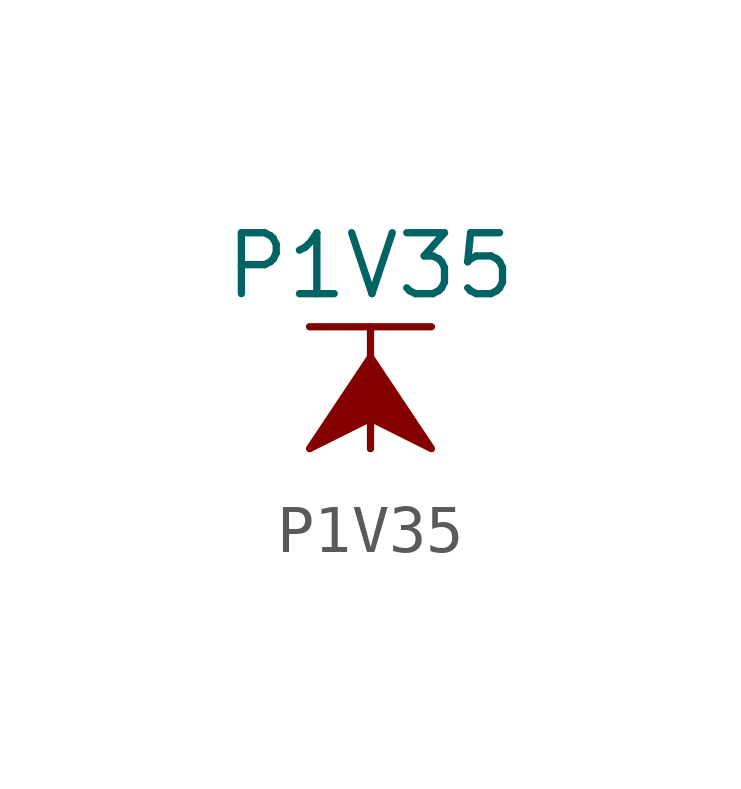
<source format=kicad_sym>
(kicad_symbol_lib
  (version 20211014)
  (generator kicad_symbol_editor)
  (symbol "P1V35"
    (power)
    (pin_names
      (offset 0))
    (property "Reference" "#PWR"
      (at 0 -3.81 0)
      (effects (font (size 1.27 1.27)) hide))
    (property "Value" "P1V35"
      (at 0 3.81 0)
      (effects (font (size 1.27 1.27))))
    (symbol "P1V35_0_1"
      (polyline (pts (xy -1.27 2.54) (xy 1.27 2.54)) (stroke (width 0.152) (type default) (color 0 0 0 0)) (fill (type none)))
      (polyline (pts (xy 0 0) (xy 0 2.54)) (stroke (width 0.152) (type default) (color 0 0 0 0)) (fill (type none)))
      (polyline (pts (xy 0 1.905) (xy -1.27 0) (xy 0 0.635) (xy 1.27 0) (xy 0 1.905)) (stroke (width 0.152) (type default) (color 0 0 0 0)) (fill (type outline))))
    (symbol "P1V35_1_1"
      (pin power_in line (at 0 0 90) (length 0) hide (name "P1V35" (effects (font (size 1.27 1.27)))) (number "1" (effects (font (size 1.27 1.27))))))))
</source>
